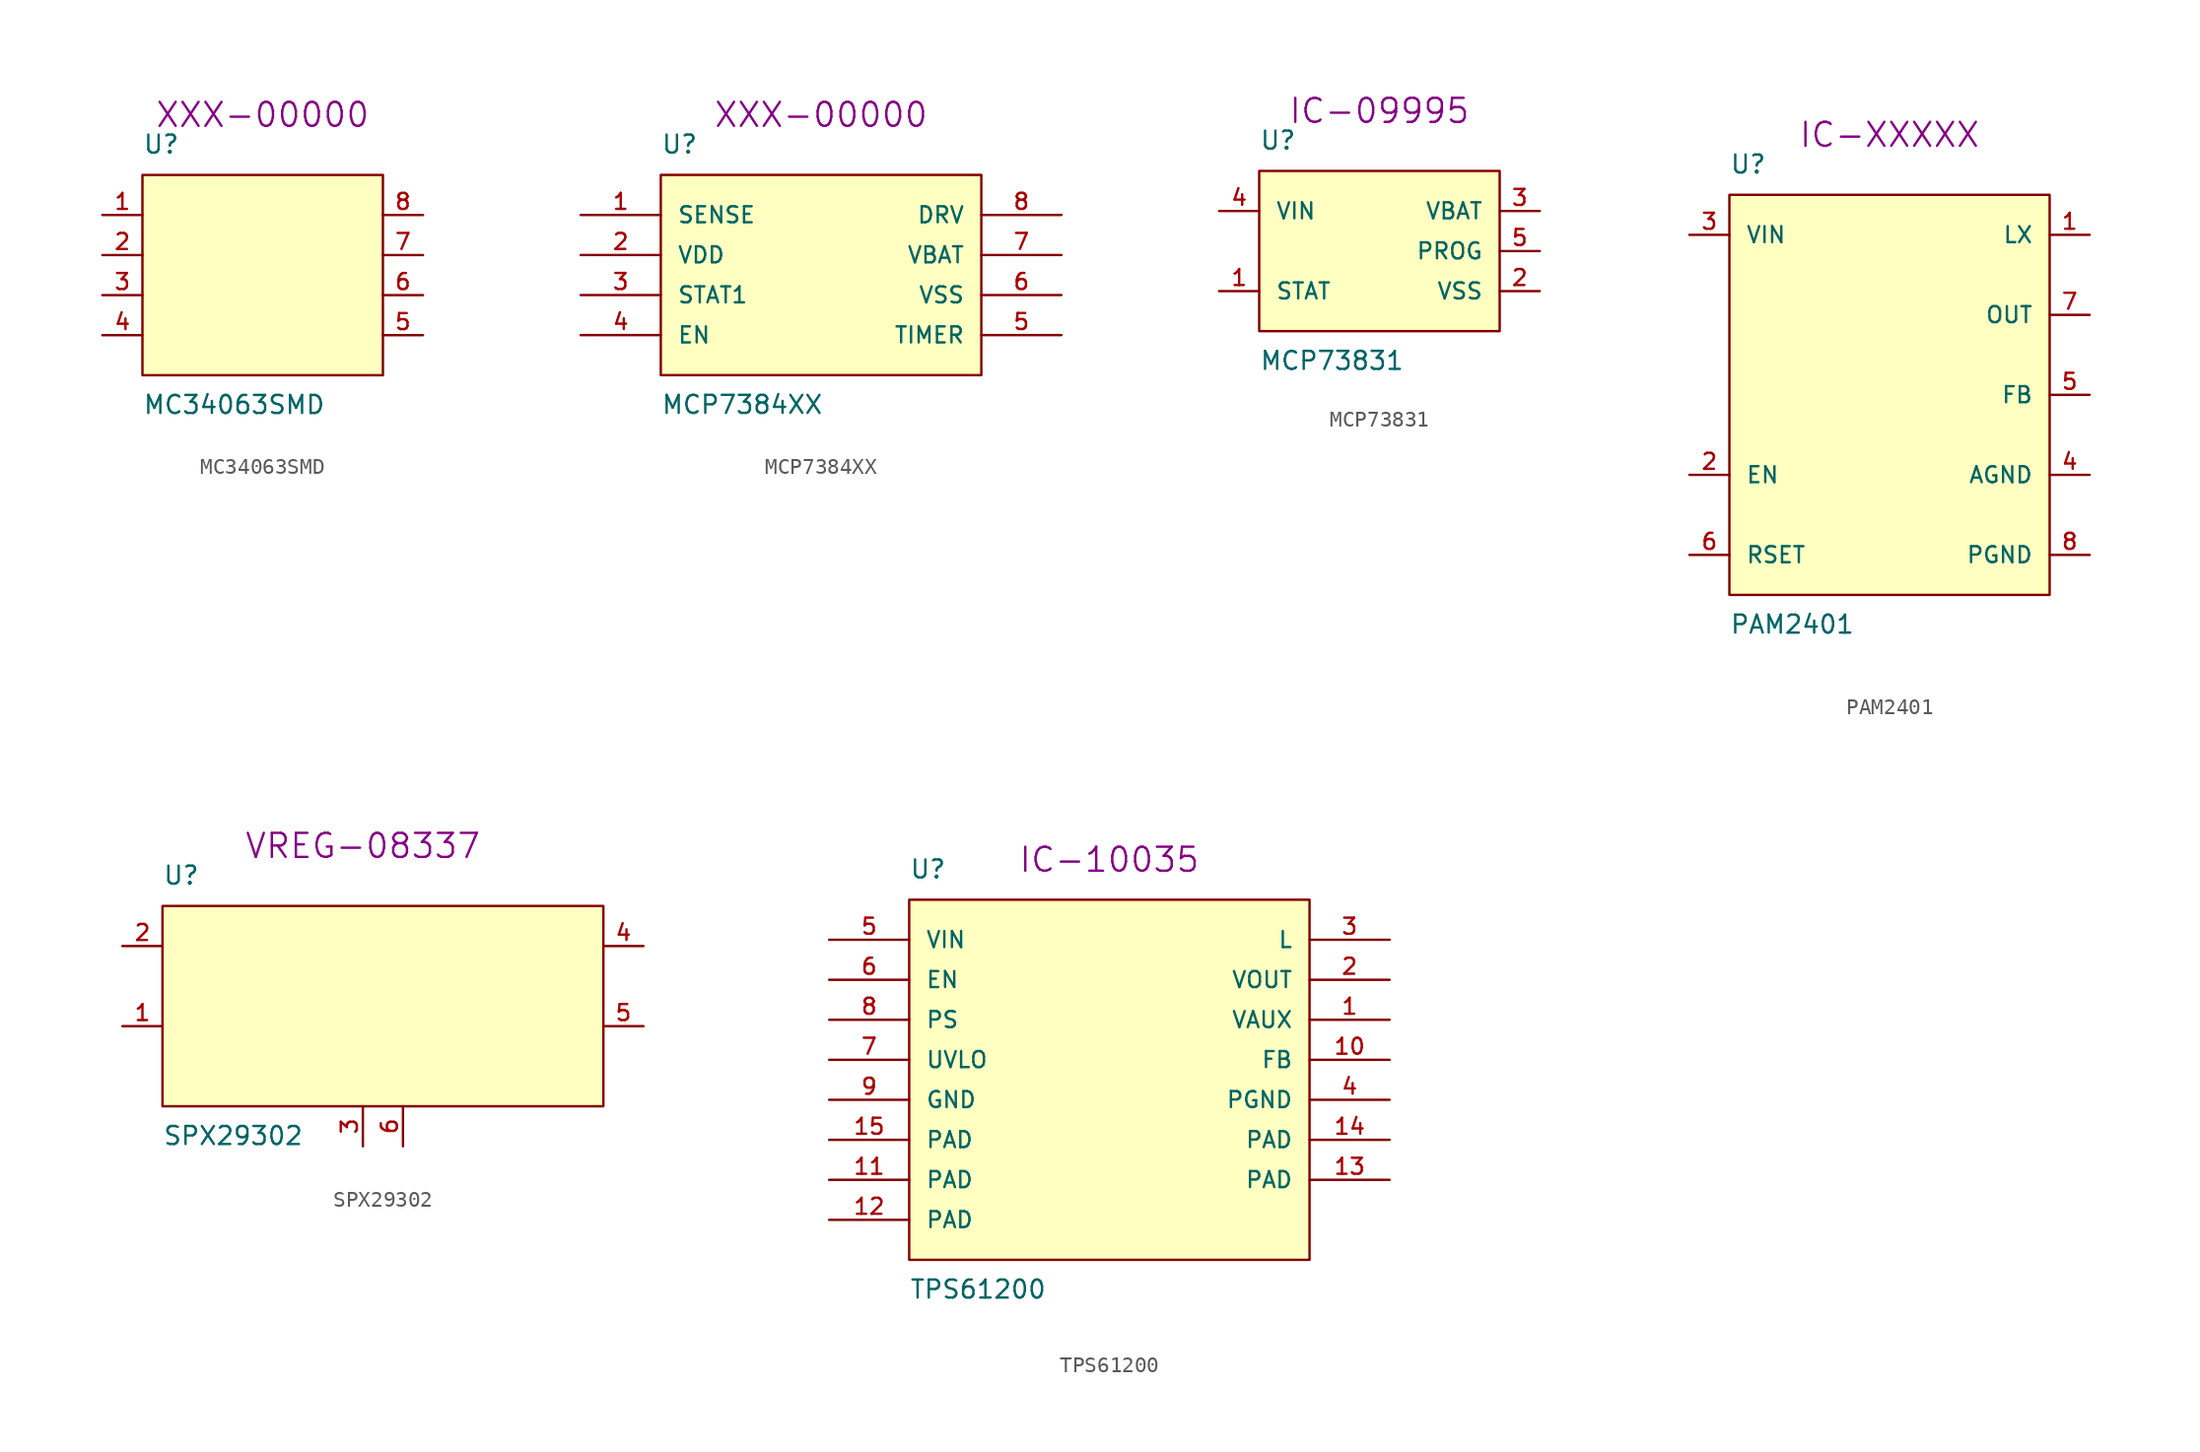
<source format=kicad_sym>
(kicad_symbol_lib
  (version 20201005)
  (generator kicad_symbol_editor)
  (symbol "MC34063SMD"
    (pin_names
      (offset 1.016) hide)
    (property "Reference" "U"
      (at -7.62 8.89 0)
      (effects (font (size 1.143 1.143)) (justify left bottom)))
    (property "Value" "MC34063SMD"
      (at -7.62 -7.62 0)
      (effects (font (size 1.143 1.143)) (justify left bottom)))
    (property "Field4" "XXX-00000"
      (at 0 11.43 0)
      (effects (font (size 1.524 1.524))))
    (property "ki_locked" ""
      (at 0 0 0)
      (effects (font (size 1.27 1.27))))
    (symbol "MC34063SMD_1_1"
      (polyline (pts (xy -7.62 -5.08) (xy 7.62 -5.08) (xy 7.62 7.62) (xy -7.62 7.62) (xy -7.62 -5.08)) (stroke (width 0)) (fill (type background)))
      (pin bidirectional line (at -10.16 5.08 0) (length 2.54) (name "SWC" (effects (font (size 1.016 1.016)))) (number "1" (effects (font (size 1.016 1.016)))))
      (pin bidirectional line (at -10.16 2.54 0) (length 2.54) (name "SWE" (effects (font (size 1.016 1.016)))) (number "2" (effects (font (size 1.016 1.016)))))
      (pin bidirectional line (at -10.16 0 0) (length 2.54) (name "TC" (effects (font (size 1.016 1.016)))) (number "3" (effects (font (size 1.016 1.016)))))
      (pin bidirectional line (at -10.16 -2.54 0) (length 2.54) (name "GND" (effects (font (size 1.016 1.016)))) (number "4" (effects (font (size 1.016 1.016)))))
      (pin bidirectional line (at 10.16 -2.54 180) (length 2.54) (name "COMP" (effects (font (size 1.016 1.016)))) (number "5" (effects (font (size 1.016 1.016)))))
      (pin bidirectional line (at 10.16 0 180) (length 2.54) (name "VCC" (effects (font (size 1.016 1.016)))) (number "6" (effects (font (size 1.016 1.016)))))
      (pin bidirectional line (at 10.16 2.54 180) (length 2.54) (name "SEN" (effects (font (size 1.016 1.016)))) (number "7" (effects (font (size 1.016 1.016)))))
      (pin bidirectional line (at 10.16 5.08 180) (length 2.54) (name "DVR" (effects (font (size 1.016 1.016)))) (number "8" (effects (font (size 1.016 1.016)))))))
  (symbol "MCP7384XX"
    (pin_names
      (offset 1.016))
    (property "Reference" "U"
      (at -10.16 6.35 0)
      (effects (font (size 1.143 1.143)) (justify left bottom)))
    (property "Value" "MCP7384XX"
      (at -10.16 -10.16 0)
      (effects (font (size 1.143 1.143)) (justify left bottom)))
    (property "Field4" "XXX-00000"
      (at 0 8.89 0)
      (effects (font (size 1.524 1.524))))
    (property "ki_locked" ""
      (at 0 0 0)
      (effects (font (size 1.27 1.27))))
    (symbol "MCP7384XX_1_1"
      (polyline (pts (xy -10.16 5.08) (xy 10.16 5.08) (xy 10.16 -7.62) (xy -10.16 -7.62) (xy -10.16 5.08)) (stroke (width 0)) (fill (type background)))
      (pin bidirectional line (at -15.24 2.54 0) (length 5.08) (name "SENSE" (effects (font (size 1.016 1.016)))) (number "1" (effects (font (size 1.016 1.016)))))
      (pin bidirectional line (at -15.24 0 0) (length 5.08) (name "VDD" (effects (font (size 1.016 1.016)))) (number "2" (effects (font (size 1.016 1.016)))))
      (pin bidirectional line (at -15.24 -2.54 0) (length 5.08) (name "STAT1" (effects (font (size 1.016 1.016)))) (number "3" (effects (font (size 1.016 1.016)))))
      (pin bidirectional line (at -15.24 -5.08 0) (length 5.08) (name "EN" (effects (font (size 1.016 1.016)))) (number "4" (effects (font (size 1.016 1.016)))))
      (pin bidirectional line (at 15.24 -5.08 180) (length 5.08) (name "TIMER" (effects (font (size 1.016 1.016)))) (number "5" (effects (font (size 1.016 1.016)))))
      (pin bidirectional line (at 15.24 -2.54 180) (length 5.08) (name "VSS" (effects (font (size 1.016 1.016)))) (number "6" (effects (font (size 1.016 1.016)))))
      (pin bidirectional line (at 15.24 0 180) (length 5.08) (name "VBAT" (effects (font (size 1.016 1.016)))) (number "7" (effects (font (size 1.016 1.016)))))
      (pin bidirectional line (at 15.24 2.54 180) (length 5.08) (name "DRV" (effects (font (size 1.016 1.016)))) (number "8" (effects (font (size 1.016 1.016)))))))
  (symbol "MCP73831"
    (pin_names
      (offset 1.016))
    (property "Reference" "U"
      (at -7.62 6.35 0)
      (effects (font (size 1.143 1.143)) (justify left bottom)))
    (property "Value" "MCP73831"
      (at -7.62 -7.62 0)
      (effects (font (size 1.143 1.143)) (justify left bottom)))
    (property "Field4" "IC-09995"
      (at 0 8.89 0)
      (effects (font (size 1.524 1.524))))
    (property "ki_locked" ""
      (at 0 0 0)
      (effects (font (size 1.27 1.27))))
    (symbol "MCP73831_1_1"
      (polyline (pts (xy -7.62 5.08) (xy 7.62 5.08) (xy 7.62 -5.08) (xy -7.62 -5.08) (xy -7.62 5.08)) (stroke (width 0)) (fill (type background)))
      (pin output line (at -10.16 -2.54 0) (length 2.54) (name "STAT" (effects (font (size 1.016 1.016)))) (number "1" (effects (font (size 1.016 1.016)))))
      (pin power_in line (at 10.16 -2.54 180) (length 2.54) (name "VSS" (effects (font (size 1.016 1.016)))) (number "2" (effects (font (size 1.016 1.016)))))
      (pin power_in line (at 10.16 2.54 180) (length 2.54) (name "VBAT" (effects (font (size 1.016 1.016)))) (number "3" (effects (font (size 1.016 1.016)))))
      (pin power_in line (at -10.16 2.54 0) (length 2.54) (name "VIN" (effects (font (size 1.016 1.016)))) (number "4" (effects (font (size 1.016 1.016)))))
      (pin input line (at 10.16 0 180) (length 2.54) (name "PROG" (effects (font (size 1.016 1.016)))) (number "5" (effects (font (size 1.016 1.016)))))))
  (symbol "PAM2401"
    (pin_names
      (offset 1.016))
    (property "Reference" "U"
      (at -10.16 13.97 0)
      (effects (font (size 1.143 1.143)) (justify left bottom)))
    (property "Value" "PAM2401"
      (at -10.16 -15.24 0)
      (effects (font (size 1.143 1.143)) (justify left bottom)))
    (property "Field4" "IC-XXXXX"
      (at 0 16.51 0)
      (effects (font (size 1.524 1.524))))
    (property "ki_locked" ""
      (at 0 0 0)
      (effects (font (size 1.27 1.27))))
    (symbol "PAM2401_1_1"
      (polyline (pts (xy -10.16 12.7) (xy 10.16 12.7) (xy 10.16 -12.7) (xy -10.16 -12.7) (xy -10.16 12.7)) (stroke (width 0)) (fill (type background)))
      (pin bidirectional line (at 12.7 10.16 180) (length 2.54) (name "LX" (effects (font (size 1.016 1.016)))) (number "1" (effects (font (size 1.016 1.016)))))
      (pin bidirectional line (at -12.7 -5.08 0) (length 2.54) (name "EN" (effects (font (size 1.016 1.016)))) (number "2" (effects (font (size 1.016 1.016)))))
      (pin bidirectional line (at -12.7 10.16 0) (length 2.54) (name "VIN" (effects (font (size 1.016 1.016)))) (number "3" (effects (font (size 1.016 1.016)))))
      (pin bidirectional line (at 12.7 -5.08 180) (length 2.54) (name "AGND" (effects (font (size 1.016 1.016)))) (number "4" (effects (font (size 1.016 1.016)))))
      (pin bidirectional line (at 12.7 0 180) (length 2.54) (name "FB" (effects (font (size 1.016 1.016)))) (number "5" (effects (font (size 1.016 1.016)))))
      (pin bidirectional line (at -12.7 -10.16 0) (length 2.54) (name "RSET" (effects (font (size 1.016 1.016)))) (number "6" (effects (font (size 1.016 1.016)))))
      (pin bidirectional line (at 12.7 5.08 180) (length 2.54) (name "OUT" (effects (font (size 1.016 1.016)))) (number "7" (effects (font (size 1.016 1.016)))))
      (pin bidirectional line (at 12.7 -10.16 180) (length 2.54) (name "PGND" (effects (font (size 1.016 1.016)))) (number "8" (effects (font (size 1.016 1.016)))))))
  (symbol "SPX29302"
    (pin_names
      (offset 1.016) hide)
    (property "Reference" "U"
      (at -12.7 6.35 0)
      (effects (font (size 1.143 1.143)) (justify left bottom)))
    (property "Value" "SPX29302"
      (at -12.7 -10.16 0)
      (effects (font (size 1.143 1.143)) (justify left bottom)))
    (property "Field4" "VREG-08337"
      (at 0 8.89 0)
      (effects (font (size 1.524 1.524))))
    (property "ki_locked" ""
      (at 0 0 0)
      (effects (font (size 1.27 1.27))))
    (symbol "SPX29302_1_1"
      (polyline (pts (xy -12.7 5.08) (xy -12.7 -7.62) (xy 15.24 -7.62) (xy 15.24 5.08) (xy -12.7 5.08)) (stroke (width 0)) (fill (type background)))
      (pin bidirectional line (at -15.24 -2.54 0) (length 2.54) (name "ENABLE" (effects (font (size 1.016 1.016)))) (number "1" (effects (font (size 1.016 1.016)))))
      (pin bidirectional line (at -15.24 2.54 0) (length 2.54) (name "VIN" (effects (font (size 1.016 1.016)))) (number "2" (effects (font (size 1.016 1.016)))))
      (pin bidirectional line (at 0 -10.16 90) (length 2.54) (name "GND" (effects (font (size 1.016 1.016)))) (number "3" (effects (font (size 1.016 1.016)))))
      (pin bidirectional line (at 17.78 2.54 180) (length 2.54) (name "VOUT" (effects (font (size 1.016 1.016)))) (number "4" (effects (font (size 1.016 1.016)))))
      (pin bidirectional line (at 17.78 -2.54 180) (length 2.54) (name "ADJUST" (effects (font (size 1.016 1.016)))) (number "5" (effects (font (size 1.016 1.016)))))
      (pin bidirectional line (at 2.54 -10.16 90) (length 2.54) (name "GND" (effects (font (size 1.016 1.016)))) (number "6" (effects (font (size 1.016 1.016)))))))
  (symbol "TPS61200"
    (pin_names
      (offset 1.016))
    (property "Reference" "U"
      (at -12.7 11.43 0)
      (effects (font (size 1.143 1.143)) (justify left bottom)))
    (property "Value" "TPS61200"
      (at -12.7 -15.24 0)
      (effects (font (size 1.143 1.143)) (justify left bottom)))
    (property "Field4" "IC-10035"
      (at 0 12.7 0)
      (effects (font (size 1.524 1.524))))
    (property "ki_locked" ""
      (at 0 0 0)
      (effects (font (size 1.27 1.27))))
    (symbol "TPS61200_1_1"
      (polyline (pts (xy -12.7 10.16) (xy -12.7 -12.7) (xy 12.7 -12.7) (xy 12.7 10.16) (xy -12.7 10.16)) (stroke (width 0)) (fill (type background)))
      (pin passive line (at 17.78 2.54 180) (length 5.08) (name "VAUX" (effects (font (size 1.016 1.016)))) (number "1" (effects (font (size 1.016 1.016)))))
      (pin passive line (at 17.78 5.08 180) (length 5.08) (name "VOUT" (effects (font (size 1.016 1.016)))) (number "2" (effects (font (size 1.016 1.016)))))
      (pin passive line (at 17.78 7.62 180) (length 5.08) (name "L" (effects (font (size 1.016 1.016)))) (number "3" (effects (font (size 1.016 1.016)))))
      (pin power_out line (at 17.78 -2.54 180) (length 5.08) (name "PGND" (effects (font (size 1.016 1.016)))) (number "4" (effects (font (size 1.016 1.016)))))
      (pin power_out line (at -17.78 7.62 0) (length 5.08) (name "VIN" (effects (font (size 1.016 1.016)))) (number "5" (effects (font (size 1.016 1.016)))))
      (pin input line (at -17.78 5.08 0) (length 5.08) (name "EN" (effects (font (size 1.016 1.016)))) (number "6" (effects (font (size 1.016 1.016)))))
      (pin passive line (at -17.78 0 0) (length 5.08) (name "UVLO" (effects (font (size 1.016 1.016)))) (number "7" (effects (font (size 1.016 1.016)))))
      (pin input line (at -17.78 2.54 0) (length 5.08) (name "PS" (effects (font (size 1.016 1.016)))) (number "8" (effects (font (size 1.016 1.016)))))
      (pin power_out line (at -17.78 -2.54 0) (length 5.08) (name "GND" (effects (font (size 1.016 1.016)))) (number "9" (effects (font (size 1.016 1.016)))))
      (pin passive line (at 17.78 0 180) (length 5.08) (name "FB" (effects (font (size 1.016 1.016)))) (number "10" (effects (font (size 1.016 1.016)))))
      (pin power_out line (at -17.78 -7.62 0) (length 5.08) (name "PAD" (effects (font (size 1.016 1.016)))) (number "11" (effects (font (size 1.016 1.016)))))
      (pin power_out line (at -17.78 -10.16 0) (length 5.08) (name "PAD" (effects (font (size 1.016 1.016)))) (number "12" (effects (font (size 1.016 1.016)))))
      (pin power_out line (at 17.78 -7.62 180) (length 5.08) (name "PAD" (effects (font (size 1.016 1.016)))) (number "13" (effects (font (size 1.016 1.016)))))
      (pin power_out line (at 17.78 -5.08 180) (length 5.08) (name "PAD" (effects (font (size 1.016 1.016)))) (number "14" (effects (font (size 1.016 1.016)))))
      (pin power_out line (at -17.78 -5.08 0) (length 5.08) (name "PAD" (effects (font (size 1.016 1.016)))) (number "15" (effects (font (size 1.016 1.016))))))))
</source>
